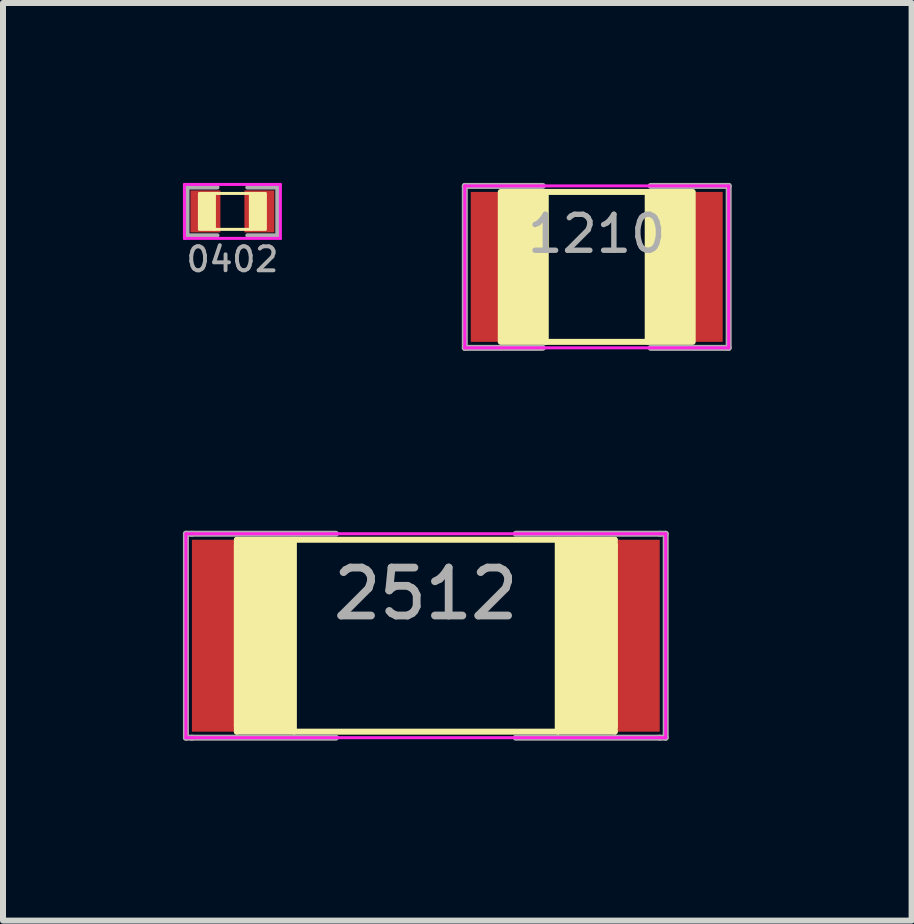
<source format=kicad_pcb>
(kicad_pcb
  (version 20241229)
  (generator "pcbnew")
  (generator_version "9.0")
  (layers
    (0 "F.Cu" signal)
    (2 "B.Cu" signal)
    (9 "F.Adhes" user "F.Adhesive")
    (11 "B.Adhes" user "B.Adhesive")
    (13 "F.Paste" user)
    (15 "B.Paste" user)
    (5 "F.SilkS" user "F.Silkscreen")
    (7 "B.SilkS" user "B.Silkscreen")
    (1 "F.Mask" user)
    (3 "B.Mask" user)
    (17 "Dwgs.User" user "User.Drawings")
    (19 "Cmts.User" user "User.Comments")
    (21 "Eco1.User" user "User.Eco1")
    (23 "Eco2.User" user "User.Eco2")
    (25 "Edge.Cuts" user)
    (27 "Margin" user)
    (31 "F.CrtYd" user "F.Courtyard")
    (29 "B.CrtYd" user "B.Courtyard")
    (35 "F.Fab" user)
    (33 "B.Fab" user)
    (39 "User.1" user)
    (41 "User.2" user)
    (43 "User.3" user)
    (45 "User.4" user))
  (footprint "0402"
    (layer "F.Cu")
    (at 0.825 0.475)
    (property "Reference" "0402" (at 0 0.8 0) (layer "F.Fab") (effects (font (size 0.4 0.4) (thickness 0.065))))
    (attr smd)
    (fp_line (start -0.3 0.3) (end 0.3 0.3) (stroke (width 0.05) (type solid)) (layer "F.SilkS"))
    (fp_line (start 0.3 -0.3) (end -0.3 -0.3) (stroke (width 0.05) (type solid)) (layer "F.SilkS"))
    (fp_poly (pts (xy -0.3 0.3) (xy -0.55 0.3) (xy -0.55 -0.3) (xy -0.3 -0.3)) (stroke (width 0.05) (type solid)) (fill yes) (layer "F.SilkS"))
    (fp_poly (pts (xy 0.55 0.3) (xy 0.3 0.3) (xy 0.3 -0.3) (xy 0.55 -0.3)) (stroke (width 0.05) (type solid)) (fill yes) (layer "F.SilkS"))
    (fp_line (start -0.8 -0.45) (end 0.8 -0.45) (stroke (width 0.05) (type solid)) (layer "F.CrtYd"))
    (fp_line (start -0.8 0.45) (end -0.8 -0.45) (stroke (width 0.05) (type solid)) (layer "F.CrtYd"))
    (fp_line (start 0.8 -0.45) (end 0.8 0.45) (stroke (width 0.05) (type solid)) (layer "F.CrtYd"))
    (fp_line (start 0.8 0.45) (end -0.8 0.45) (stroke (width 0.05) (type solid)) (layer "F.CrtYd"))
    (fp_line (start -0.75 -0.4) (end -0.75 0.4) (stroke (width 0.07) (type solid)) (layer "F.Fab"))
    (fp_line (start -0.75 0.4) (end -0.25 0.4) (stroke (width 0.07) (type solid)) (layer "F.Fab"))
    (fp_line (start -0.25 -0.4) (end -0.75 -0.4) (stroke (width 0.07) (type solid)) (layer "F.Fab"))
    (fp_line (start 0.25 -0.4) (end 0.75 -0.4) (stroke (width 0.07) (type solid)) (layer "F.Fab"))
    (fp_line (start 0.75 -0.4) (end 0.75 0.4) (stroke (width 0.07) (type solid)) (layer "F.Fab"))
    (fp_line (start 0.75 0.4) (end 0.25 0.4) (stroke (width 0.07) (type solid)) (layer "F.Fab"))
    (pad "1" smd rect (at -0.45 0) (size 0.5 0.7) (layers "F.Cu" "F.Mask" "F.Paste"))
    (pad "2" smd rect (at 0.45 0) (size 0.5 0.7) (layers "F.Cu" "F.Mask" "F.Paste")))
  (footprint "1210"
    (layer "F.Cu")
    (at 6.9 1.4)
    (property "Reference" "1210" (at 0 -0.55 0) (layer "F.Fab") (effects (font (size 0.6 0.6) (thickness 0.09))))
    (attr smd)
    (fp_line (start -0.85 -1.25) (end 0.85 -1.25) (stroke (width 0.1) (type solid)) (layer "F.SilkS"))
    (fp_line (start 0.85 1.25) (end -0.85 1.25) (stroke (width 0.1) (type solid)) (layer "F.SilkS"))
    (fp_poly (pts (xy -0.85 1.25) (xy -1.6 1.25) (xy -1.6 -1.25) (xy -0.85 -1.25)) (stroke (width 0.1) (type solid)) (fill yes) (layer "F.SilkS"))
    (fp_poly (pts (xy 1.6 1.25) (xy 0.85 1.25) (xy 0.85 -1.25) (xy 1.6 -1.25)) (stroke (width 0.1) (type solid)) (fill yes) (layer "F.SilkS"))
    (fp_line (start -2.2 -1.35) (end 2.2 -1.35) (stroke (width 0.05) (type solid)) (layer "F.CrtYd"))
    (fp_line (start -2.2 1.35) (end -2.2 -1.35) (stroke (width 0.05) (type solid)) (layer "F.CrtYd"))
    (fp_line (start 2.2 -1.35) (end 2.2 1.35) (stroke (width 0.05) (type solid)) (layer "F.CrtYd"))
    (fp_line (start 2.2 1.35) (end -2.2 1.35) (stroke (width 0.05) (type solid)) (layer "F.CrtYd"))
    (fp_line (start -2.2 -1.35) (end -2.2 1.35) (stroke (width 0.1) (type solid)) (layer "F.Fab"))
    (fp_line (start -2.2 1.35) (end -0.9 1.35) (stroke (width 0.1) (type solid)) (layer "F.Fab"))
    (fp_line (start -0.9 -1.35) (end -2.2 -1.35) (stroke (width 0.1) (type solid)) (layer "F.Fab"))
    (fp_line (start 0.9 -1.35) (end 2.2 -1.35) (stroke (width 0.1) (type solid)) (layer "F.Fab"))
    (fp_line (start 2.2 -1.35) (end 2.2 1.35) (stroke (width 0.1) (type solid)) (layer "F.Fab"))
    (fp_line (start 2.2 1.35) (end 0.9 1.35) (stroke (width 0.1) (type solid)) (layer "F.Fab"))
    (pad "1" smd rect (at -1.5 0) (size 1.2 2.5) (layers "F.Cu" "F.Mask" "F.Paste"))
    (pad "2" smd rect (at 1.5 0) (size 1.2 2.5) (layers "F.Cu" "F.Mask" "F.Paste")))
  (footprint "2512"
    (layer "F.Cu")
    (at 4.05 7.55)
    (property "Reference" "2512" (at 0 -0.7 0) (layer "F.Fab") (effects (font (size 0.8 0.8) (thickness 0.13))))
    (attr smd)
    (fp_line (start -3.15 -1.6) (end -3.15 1.6) (stroke (width 0.1) (type solid)) (layer "F.SilkS"))
    (fp_line (start -3.15 1.6) (end 3.15 1.6) (stroke (width 0.1) (type solid)) (layer "F.SilkS"))
    (fp_line (start -3.1 -1.5) (end -2.3 -1.5) (stroke (width 0.2) (type solid)) (layer "F.SilkS"))
    (fp_line (start -3.1 1.5) (end -3.1 -1.5) (stroke (width 0.2) (type solid)) (layer "F.SilkS"))
    (fp_line (start -2.9 -1.3) (end -2.6 -1.3) (stroke (width 0.5) (type solid)) (layer "F.SilkS"))
    (fp_line (start -2.9 1.3) (end -2.9 -1.3) (stroke (width 0.5) (type solid)) (layer "F.SilkS"))
    (fp_line (start -2.6 -1.3) (end -2.6 1.3) (stroke (width 0.5) (type solid)) (layer "F.SilkS"))
    (fp_line (start -2.3 -1.5) (end -2.3 1.5) (stroke (width 0.2) (type solid)) (layer "F.SilkS"))
    (fp_line (start -2.3 1.5) (end -3.1 1.5) (stroke (width 0.2) (type solid)) (layer "F.SilkS"))
    (fp_line (start -2.2 1.6) (end -2.2 -1.6) (stroke (width 0.1) (type solid)) (layer "F.SilkS"))
    (fp_line (start 2.2 1.6) (end 2.2 -1.6) (stroke (width 0.1) (type solid)) (layer "F.SilkS"))
    (fp_line (start 2.3 -1.5) (end 3 -1.5) (stroke (width 0.2) (type solid)) (layer "F.SilkS"))
    (fp_line (start 2.3 1.5) (end 2.3 -1.5) (stroke (width 0.2) (type solid)) (layer "F.SilkS"))
    (fp_line (start 2.5 -1.3) (end 2.8 -1.3) (stroke (width 0.5) (type solid)) (layer "F.SilkS"))
    (fp_line (start 2.5 1.2) (end 2.5 -1.3) (stroke (width 0.5) (type solid)) (layer "F.SilkS"))
    (fp_line (start 2.55 -1.6) (end -3.15 -1.6) (stroke (width 0.1) (type solid)) (layer "F.SilkS"))
    (fp_line (start 2.8 -1.3) (end 2.8 1.3) (stroke (width 0.5) (type solid)) (layer "F.SilkS"))
    (fp_line (start 2.8 1.3) (end 2.6 1.3) (stroke (width 0.5) (type solid)) (layer "F.SilkS"))
    (fp_line (start 3 -1.5) (end 3.1 -1.5) (stroke (width 0.2) (type solid)) (layer "F.SilkS"))
    (fp_line (start 3.1 -1.5) (end 3.1 1.5) (stroke (width 0.2) (type solid)) (layer "F.SilkS"))
    (fp_line (start 3.1 1.5) (end 2.3 1.5) (stroke (width 0.2) (type solid)) (layer "F.SilkS"))
    (fp_line (start 3.15 -1.6) (end 2.55 -1.6) (stroke (width 0.1) (type solid)) (layer "F.SilkS"))
    (fp_line (start 3.15 1.6) (end 3.15 -1.6) (stroke (width 0.1) (type solid)) (layer "F.SilkS"))
    (fp_line (start -4 -1.7) (end -3.9 -1.7) (stroke (width 0.05) (type solid)) (layer "F.CrtYd"))
    (fp_line (start -4 1.7) (end -4 -1.7) (stroke (width 0.05) (type solid)) (layer "F.CrtYd"))
    (fp_line (start -4 1.7) (end -3.9 1.7) (stroke (width 0.05) (type solid)) (layer "F.CrtYd"))
    (fp_line (start -3.9 -1.7) (end 3.9 -1.7) (stroke (width 0.05) (type solid)) (layer "F.CrtYd"))
    (fp_line (start 3.9 -1.7) (end 4 -1.7) (stroke (width 0.05) (type solid)) (layer "F.CrtYd"))
    (fp_line (start 3.9 1.7) (end -3.9 1.7) (stroke (width 0.05) (type solid)) (layer "F.CrtYd"))
    (fp_line (start 3.9 1.7) (end 4 1.7) (stroke (width 0.05) (type solid)) (layer "F.CrtYd"))
    (fp_line (start 4 -1.7) (end 4 1.7) (stroke (width 0.05) (type solid)) (layer "F.CrtYd"))
    (fp_line (start -4 -1.7) (end -4 1.7) (stroke (width 0.1) (type solid)) (layer "F.Fab"))
    (fp_line (start -4 -1.7) (end -3.9 -1.7) (stroke (width 0.1) (type solid)) (layer "F.Fab"))
    (fp_line (start -4 1.7) (end -3.9 1.7) (stroke (width 0.1) (type solid)) (layer "F.Fab"))
    (fp_line (start -3.9 1.7) (end -1.5 1.7) (stroke (width 0.1) (type solid)) (layer "F.Fab"))
    (fp_line (start -1.5 -1.7) (end -3.9 -1.7) (stroke (width 0.1) (type solid)) (layer "F.Fab"))
    (fp_line (start 1.5 -1.7) (end 3.9 -1.7) (stroke (width 0.1) (type solid)) (layer "F.Fab"))
    (fp_line (start 3.9 -1.7) (end 4 -1.7) (stroke (width 0.1) (type solid)) (layer "F.Fab"))
    (fp_line (start 3.9 1.7) (end 1.5 1.7) (stroke (width 0.1) (type solid)) (layer "F.Fab"))
    (fp_line (start 3.9 1.7) (end 4 1.7) (stroke (width 0.1) (type solid)) (layer "F.Fab"))
    (fp_line (start 4 -1.7) (end 4 1.7) (stroke (width 0.1) (type solid)) (layer "F.Fab"))
    (pad "1" smd rect (at -3.2 0) (size 1.4 3.2) (layers "F.Cu" "F.Mask" "F.Paste"))
    (pad "2" smd rect (at 3.2 0) (size 1.4 3.2) (layers "F.Cu" "F.Mask" "F.Paste")))
  (gr_rect
    (start -3 -3)
    (end 12.15 12.3)
    (stroke (width 0.1) (type default))
    (fill no)
    (layer "Edge.Cuts")))
</source>
